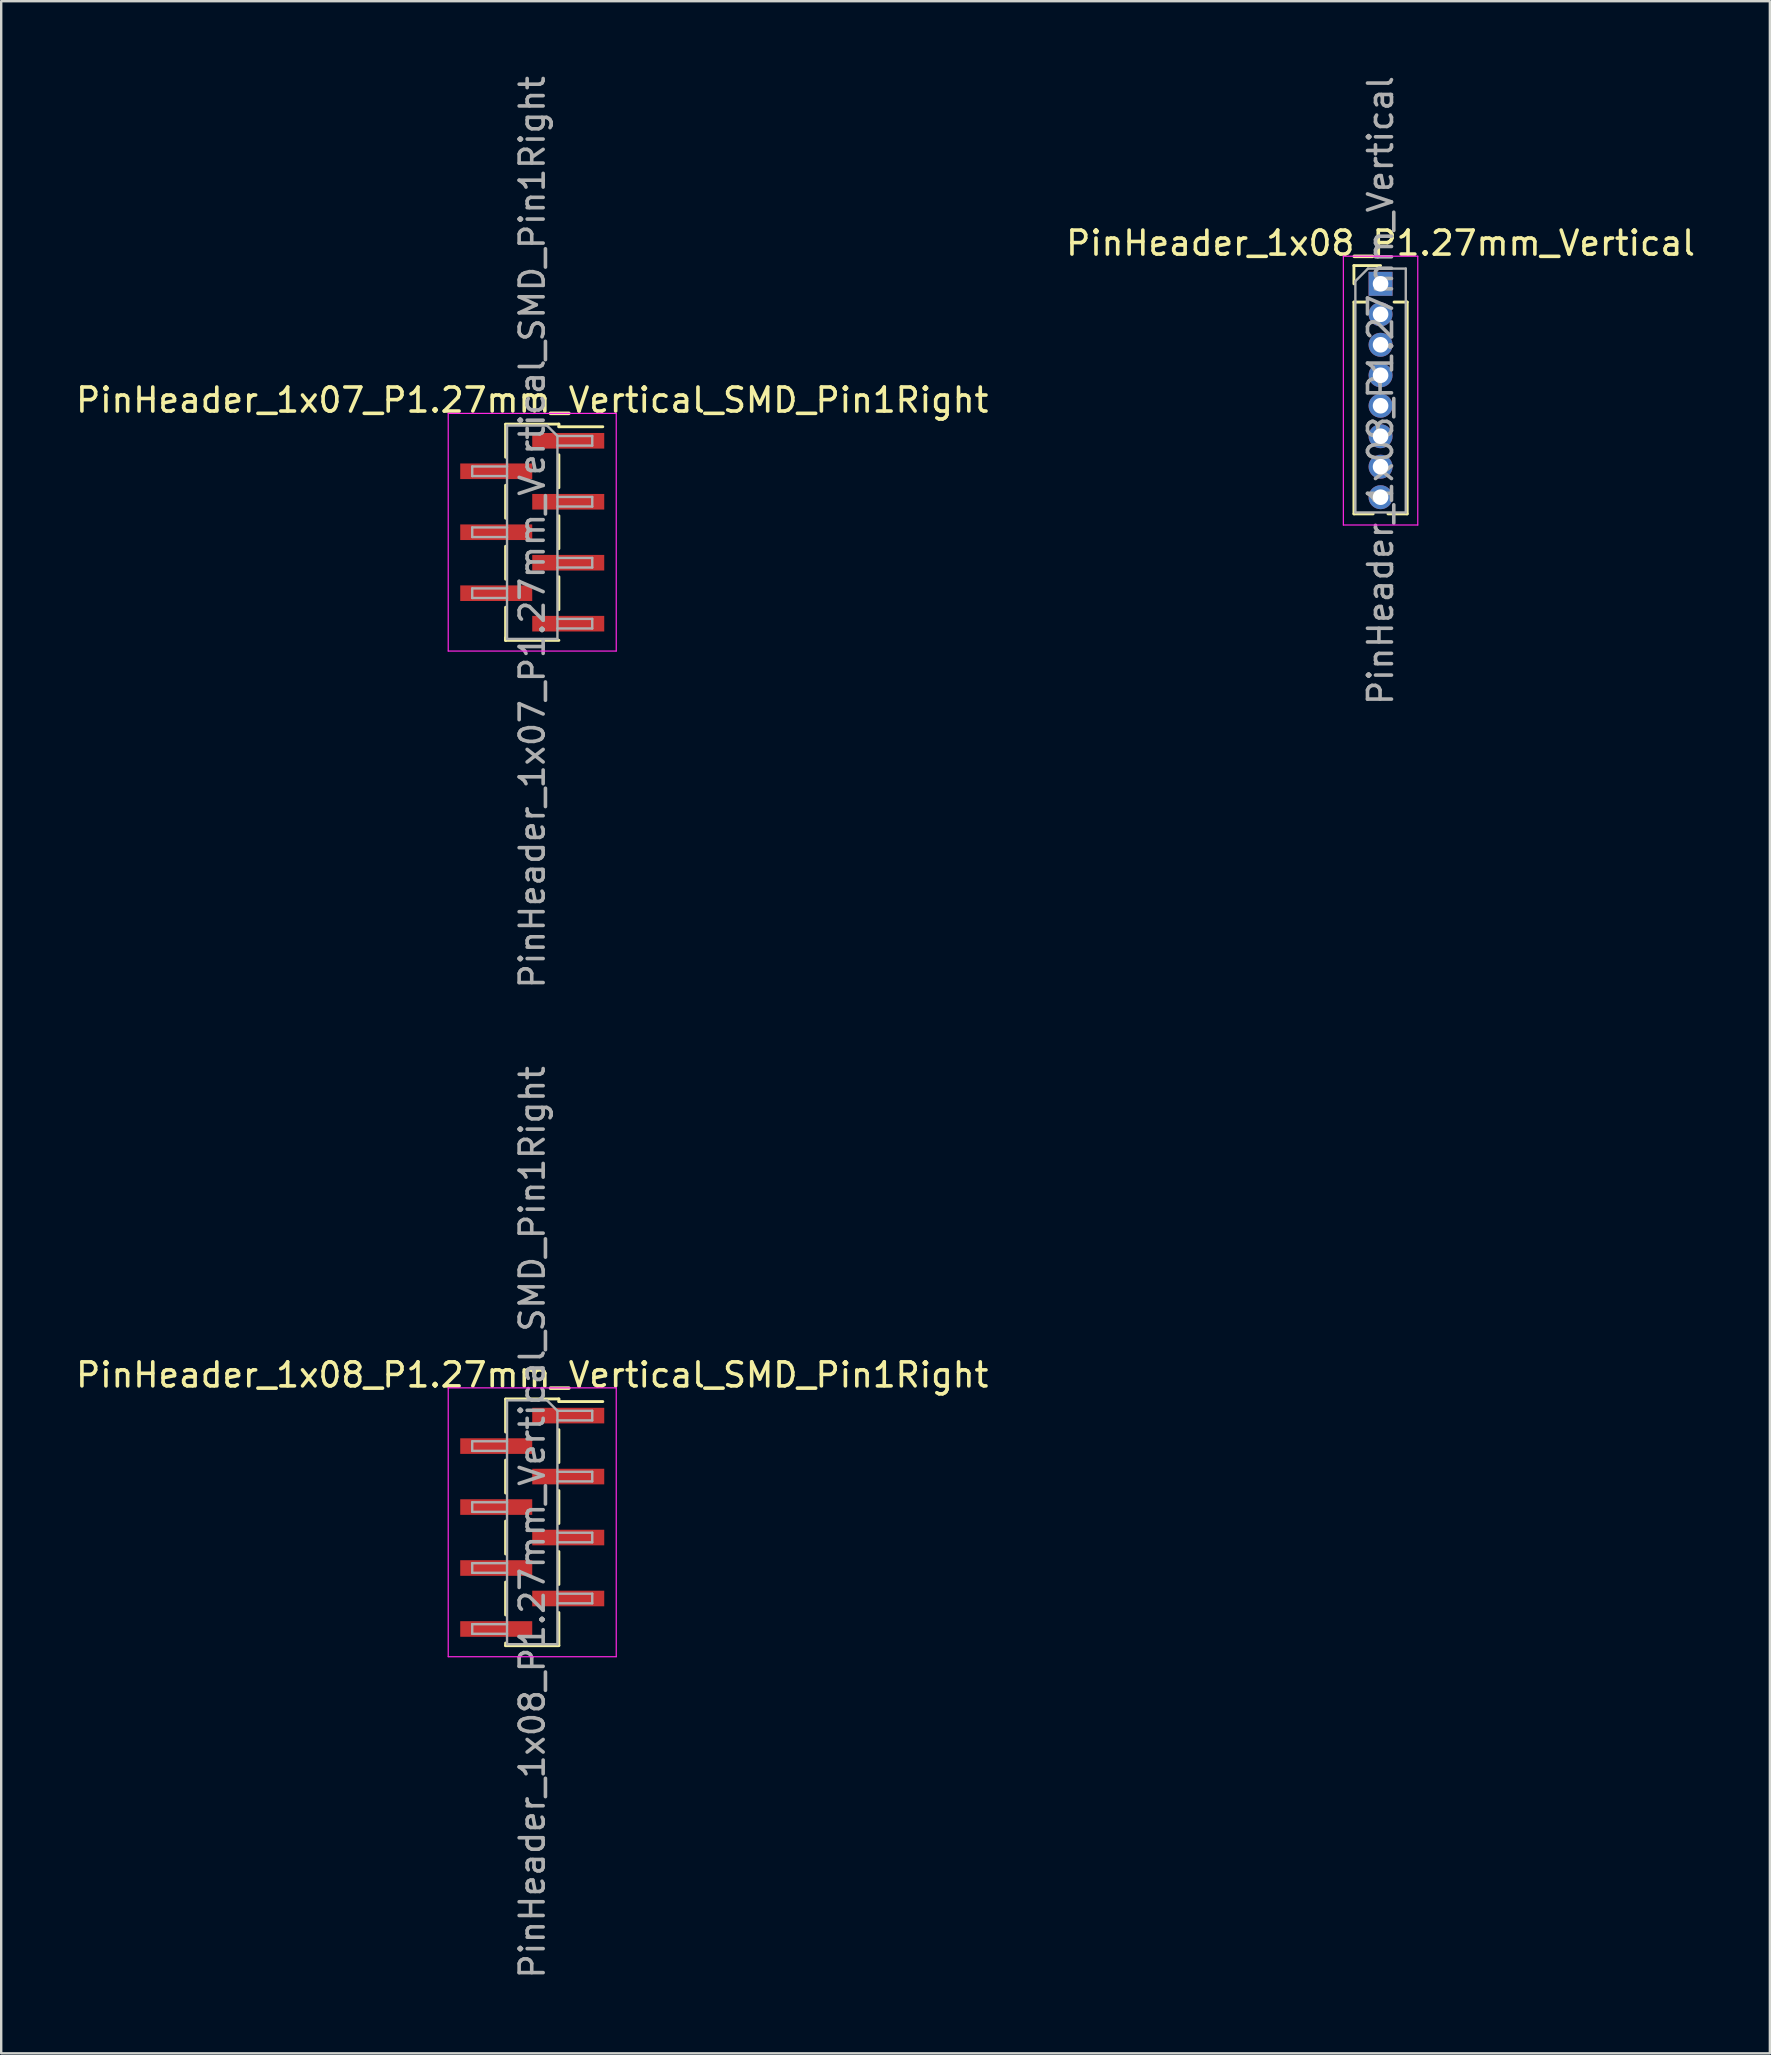
<source format=kicad_pcb>
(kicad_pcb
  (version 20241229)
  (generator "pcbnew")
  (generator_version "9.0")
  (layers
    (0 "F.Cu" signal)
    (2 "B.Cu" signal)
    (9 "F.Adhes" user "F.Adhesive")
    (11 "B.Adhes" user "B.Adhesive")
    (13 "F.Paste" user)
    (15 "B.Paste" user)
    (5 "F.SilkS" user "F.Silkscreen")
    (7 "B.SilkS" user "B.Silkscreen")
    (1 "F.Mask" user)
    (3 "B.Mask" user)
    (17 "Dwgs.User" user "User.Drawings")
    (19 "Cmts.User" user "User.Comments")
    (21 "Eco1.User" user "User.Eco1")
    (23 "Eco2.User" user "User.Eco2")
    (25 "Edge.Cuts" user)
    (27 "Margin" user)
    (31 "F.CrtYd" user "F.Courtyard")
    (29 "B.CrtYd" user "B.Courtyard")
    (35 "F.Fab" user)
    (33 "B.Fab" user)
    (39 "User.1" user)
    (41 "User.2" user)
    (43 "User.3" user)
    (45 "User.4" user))
  (footprint "PinHeader_1x08_P1.27mm_Vertical"
    (layer "F.Cu")
    (at 54.47 8.775)
    (property "Reference" "PinHeader_1x08_P1.27mm_Vertical" (at 0 -1.695 0) (layer "F.SilkS") (effects (font (size 1 1) (thickness 0.15))))
    (attr through_hole)
    (fp_line (start -1.11 -0.76) (end 0 -0.76) (stroke (width 0.12) (type solid)) (layer "F.SilkS"))
    (fp_line (start -1.11 0) (end -1.11 -0.76) (stroke (width 0.12) (type solid)) (layer "F.SilkS"))
    (fp_line (start -1.11 0.76) (end -1.11 9.585) (stroke (width 0.12) (type solid)) (layer "F.SilkS"))
    (fp_line (start -1.11 0.76) (end -0.563 0.76) (stroke (width 0.12) (type solid)) (layer "F.SilkS"))
    (fp_line (start -1.11 9.585) (end -0.308 9.585) (stroke (width 0.12) (type solid)) (layer "F.SilkS"))
    (fp_line (start 0.308 9.585) (end 1.11 9.585) (stroke (width 0.12) (type solid)) (layer "F.SilkS"))
    (fp_line (start 0.563 0.76) (end 1.11 0.76) (stroke (width 0.12) (type solid)) (layer "F.SilkS"))
    (fp_line (start 1.11 0.76) (end 1.11 9.585) (stroke (width 0.12) (type solid)) (layer "F.SilkS"))
    (fp_line (start -1.55 -1.15) (end -1.55 10.05) (stroke (width 0.05) (type solid)) (layer "F.CrtYd"))
    (fp_line (start -1.55 10.05) (end 1.55 10.05) (stroke (width 0.05) (type solid)) (layer "F.CrtYd"))
    (fp_line (start 1.55 -1.15) (end -1.55 -1.15) (stroke (width 0.05) (type solid)) (layer "F.CrtYd"))
    (fp_line (start 1.55 10.05) (end 1.55 -1.15) (stroke (width 0.05) (type solid)) (layer "F.CrtYd"))
    (fp_line (start -1.05 -0.11) (end -0.525 -0.635) (stroke (width 0.1) (type solid)) (layer "F.Fab"))
    (fp_line (start -1.05 9.525) (end -1.05 -0.11) (stroke (width 0.1) (type solid)) (layer "F.Fab"))
    (fp_line (start -0.525 -0.635) (end 1.05 -0.635) (stroke (width 0.1) (type solid)) (layer "F.Fab"))
    (fp_line (start 1.05 -0.635) (end 1.05 9.525) (stroke (width 0.1) (type solid)) (layer "F.Fab"))
    (fp_line (start 1.05 9.525) (end -1.05 9.525) (stroke (width 0.1) (type solid)) (layer "F.Fab"))
    (fp_text user "${REFERENCE}" (at 0 4.445 90) (layer "F.Fab") (effects (font (size 1 1) (thickness 0.15))))
    (pad "1" thru_hole rect (at 0 0) (size 1 1) (drill 0.65) (layers "*.Cu" "*.Mask"))
    (pad "2" thru_hole oval (at 0 1.27) (size 1 1) (drill 0.65) (layers "*.Cu" "*.Mask"))
    (pad "3" thru_hole oval (at 0 2.54) (size 1 1) (drill 0.65) (layers "*.Cu" "*.Mask"))
    (pad "4" thru_hole oval (at 0 3.81) (size 1 1) (drill 0.65) (layers "*.Cu" "*.Mask"))
    (pad "5" thru_hole oval (at 0 5.08) (size 1 1) (drill 0.65) (layers "*.Cu" "*.Mask"))
    (pad "6" thru_hole oval (at 0 6.35) (size 1 1) (drill 0.65) (layers "*.Cu" "*.Mask"))
    (pad "7" thru_hole oval (at 0 7.62) (size 1 1) (drill 0.65) (layers "*.Cu" "*.Mask"))
    (pad "8" thru_hole oval (at 0 8.89) (size 1 1) (drill 0.65) (layers "*.Cu" "*.Mask")))
  (footprint "PinHeader_1x08_P1.27mm_Vertical_SMD_Pin1Right"
    (layer "F.Cu")
    (at 19.125 60.375)
    (property "Reference" "PinHeader_1x08_P1.27mm_Vertical_SMD_Pin1Right" (at 0 -6.14 0) (layer "F.SilkS") (effects (font (size 1 1) (thickness 0.15))))
    (attr smd)
    (fp_line (start -1.11 -5.14) (end 1.11 -5.14) (stroke (width 0.12) (type solid)) (layer "F.SilkS"))
    (fp_line (start -1.11 -5.13) (end -1.11 -3.76) (stroke (width 0.12) (type solid)) (layer "F.SilkS"))
    (fp_line (start -1.11 -2.59) (end -1.11 -1.22) (stroke (width 0.12) (type solid)) (layer "F.SilkS"))
    (fp_line (start -1.11 -0.05) (end -1.11 1.32) (stroke (width 0.12) (type solid)) (layer "F.SilkS"))
    (fp_line (start -1.11 2.49) (end -1.11 3.86) (stroke (width 0.12) (type solid)) (layer "F.SilkS"))
    (fp_line (start -1.11 5.03) (end -1.11 5.14) (stroke (width 0.12) (type solid)) (layer "F.SilkS"))
    (fp_line (start -1.11 5.14) (end 1.11 5.14) (stroke (width 0.12) (type solid)) (layer "F.SilkS"))
    (fp_line (start 1.11 -5.14) (end 1.11 -5.03) (stroke (width 0.12) (type solid)) (layer "F.SilkS"))
    (fp_line (start 1.11 -5.03) (end 2.94 -5.03) (stroke (width 0.12) (type solid)) (layer "F.SilkS"))
    (fp_line (start 1.11 -3.86) (end 1.11 -2.49) (stroke (width 0.12) (type solid)) (layer "F.SilkS"))
    (fp_line (start 1.11 -1.32) (end 1.11 0.05) (stroke (width 0.12) (type solid)) (layer "F.SilkS"))
    (fp_line (start 1.11 1.22) (end 1.11 2.59) (stroke (width 0.12) (type solid)) (layer "F.SilkS"))
    (fp_line (start 1.11 3.76) (end 1.11 5.13) (stroke (width 0.12) (type solid)) (layer "F.SilkS"))
    (fp_line (start -3.5 -5.6) (end -3.5 5.6) (stroke (width 0.05) (type solid)) (layer "F.CrtYd"))
    (fp_line (start -3.5 5.6) (end 3.5 5.6) (stroke (width 0.05) (type solid)) (layer "F.CrtYd"))
    (fp_line (start 3.5 -5.6) (end -3.5 -5.6) (stroke (width 0.05) (type solid)) (layer "F.CrtYd"))
    (fp_line (start 3.5 5.6) (end 3.5 -5.6) (stroke (width 0.05) (type solid)) (layer "F.CrtYd"))
    (fp_line (start -2.5 -3.375) (end -2.5 -2.975) (stroke (width 0.1) (type solid)) (layer "F.Fab"))
    (fp_line (start -2.5 -2.975) (end -1.05 -2.975) (stroke (width 0.1) (type solid)) (layer "F.Fab"))
    (fp_line (start -2.5 -0.835) (end -2.5 -0.435) (stroke (width 0.1) (type solid)) (layer "F.Fab"))
    (fp_line (start -2.5 -0.435) (end -1.05 -0.435) (stroke (width 0.1) (type solid)) (layer "F.Fab"))
    (fp_line (start -2.5 1.705) (end -2.5 2.105) (stroke (width 0.1) (type solid)) (layer "F.Fab"))
    (fp_line (start -2.5 2.105) (end -1.05 2.105) (stroke (width 0.1) (type solid)) (layer "F.Fab"))
    (fp_line (start -2.5 4.245) (end -2.5 4.645) (stroke (width 0.1) (type solid)) (layer "F.Fab"))
    (fp_line (start -2.5 4.645) (end -1.05 4.645) (stroke (width 0.1) (type solid)) (layer "F.Fab"))
    (fp_line (start -1.05 -5.08) (end -1.05 5.08) (stroke (width 0.1) (type solid)) (layer "F.Fab"))
    (fp_line (start -1.05 -5.08) (end 0.615 -5.08) (stroke (width 0.1) (type solid)) (layer "F.Fab"))
    (fp_line (start -1.05 -3.375) (end -2.5 -3.375) (stroke (width 0.1) (type solid)) (layer "F.Fab"))
    (fp_line (start -1.05 -0.835) (end -2.5 -0.835) (stroke (width 0.1) (type solid)) (layer "F.Fab"))
    (fp_line (start -1.05 1.705) (end -2.5 1.705) (stroke (width 0.1) (type solid)) (layer "F.Fab"))
    (fp_line (start -1.05 4.245) (end -2.5 4.245) (stroke (width 0.1) (type solid)) (layer "F.Fab"))
    (fp_line (start 1.05 -4.645) (end 0.615 -5.08) (stroke (width 0.1) (type solid)) (layer "F.Fab"))
    (fp_line (start 1.05 -4.645) (end 2.5 -4.645) (stroke (width 0.1) (type solid)) (layer "F.Fab"))
    (fp_line (start 1.05 -2.105) (end 2.5 -2.105) (stroke (width 0.1) (type solid)) (layer "F.Fab"))
    (fp_line (start 1.05 0.435) (end 2.5 0.435) (stroke (width 0.1) (type solid)) (layer "F.Fab"))
    (fp_line (start 1.05 2.975) (end 2.5 2.975) (stroke (width 0.1) (type solid)) (layer "F.Fab"))
    (fp_line (start 1.05 5.08) (end -1.05 5.08) (stroke (width 0.1) (type solid)) (layer "F.Fab"))
    (fp_line (start 1.05 5.08) (end 1.05 -4.645) (stroke (width 0.1) (type solid)) (layer "F.Fab"))
    (fp_line (start 2.5 -4.645) (end 2.5 -4.245) (stroke (width 0.1) (type solid)) (layer "F.Fab"))
    (fp_line (start 2.5 -4.245) (end 1.05 -4.245) (stroke (width 0.1) (type solid)) (layer "F.Fab"))
    (fp_line (start 2.5 -2.105) (end 2.5 -1.705) (stroke (width 0.1) (type solid)) (layer "F.Fab"))
    (fp_line (start 2.5 -1.705) (end 1.05 -1.705) (stroke (width 0.1) (type solid)) (layer "F.Fab"))
    (fp_line (start 2.5 0.435) (end 2.5 0.835) (stroke (width 0.1) (type solid)) (layer "F.Fab"))
    (fp_line (start 2.5 0.835) (end 1.05 0.835) (stroke (width 0.1) (type solid)) (layer "F.Fab"))
    (fp_line (start 2.5 2.975) (end 2.5 3.375) (stroke (width 0.1) (type solid)) (layer "F.Fab"))
    (fp_line (start 2.5 3.375) (end 1.05 3.375) (stroke (width 0.1) (type solid)) (layer "F.Fab"))
    (fp_text user "${REFERENCE}" (at 0 0 90) (layer "F.Fab") (effects (font (size 1 1) (thickness 0.15))))
    (pad "1" smd rect (at 1.5 -4.445) (size 3 0.65) (layers "F.Cu" "F.Mask" "F.Paste"))
    (pad "2" smd rect (at -1.5 -3.175) (size 3 0.65) (layers "F.Cu" "F.Mask" "F.Paste"))
    (pad "3" smd rect (at 1.5 -1.905) (size 3 0.65) (layers "F.Cu" "F.Mask" "F.Paste"))
    (pad "4" smd rect (at -1.5 -0.635) (size 3 0.65) (layers "F.Cu" "F.Mask" "F.Paste"))
    (pad "5" smd rect (at 1.5 0.635) (size 3 0.65) (layers "F.Cu" "F.Mask" "F.Paste"))
    (pad "6" smd rect (at -1.5 1.905) (size 3 0.65) (layers "F.Cu" "F.Mask" "F.Paste"))
    (pad "7" smd rect (at 1.5 3.175) (size 3 0.65) (layers "F.Cu" "F.Mask" "F.Paste"))
    (pad "8" smd rect (at -1.5 4.445) (size 3 0.65) (layers "F.Cu" "F.Mask" "F.Paste")))
  (footprint "PinHeader_1x07_P1.27mm_Vertical_SMD_Pin1Right"
    (layer "F.Cu")
    (at 19.125 19.125)
    (property "Reference" "PinHeader_1x07_P1.27mm_Vertical_SMD_Pin1Right" (at 0 -5.505 0) (layer "F.SilkS") (effects (font (size 1 1) (thickness 0.15))))
    (attr smd)
    (fp_line (start -1.11 -4.505) (end 1.11 -4.505) (stroke (width 0.12) (type solid)) (layer "F.SilkS"))
    (fp_line (start -1.11 -4.495) (end -1.11 -3.125) (stroke (width 0.12) (type solid)) (layer "F.SilkS"))
    (fp_line (start -1.11 -1.955) (end -1.11 -0.585) (stroke (width 0.12) (type solid)) (layer "F.SilkS"))
    (fp_line (start -1.11 0.585) (end -1.11 1.955) (stroke (width 0.12) (type solid)) (layer "F.SilkS"))
    (fp_line (start -1.11 3.125) (end -1.11 4.495) (stroke (width 0.12) (type solid)) (layer "F.SilkS"))
    (fp_line (start -1.11 4.395) (end -1.11 4.505) (stroke (width 0.12) (type solid)) (layer "F.SilkS"))
    (fp_line (start -1.11 4.505) (end 1.11 4.505) (stroke (width 0.12) (type solid)) (layer "F.SilkS"))
    (fp_line (start 1.11 -4.505) (end 1.11 -4.395) (stroke (width 0.12) (type solid)) (layer "F.SilkS"))
    (fp_line (start 1.11 -4.395) (end 2.94 -4.395) (stroke (width 0.12) (type solid)) (layer "F.SilkS"))
    (fp_line (start 1.11 -3.225) (end 1.11 -1.855) (stroke (width 0.12) (type solid)) (layer "F.SilkS"))
    (fp_line (start 1.11 -0.685) (end 1.11 0.685) (stroke (width 0.12) (type solid)) (layer "F.SilkS"))
    (fp_line (start 1.11 1.855) (end 1.11 3.225) (stroke (width 0.12) (type solid)) (layer "F.SilkS"))
    (fp_line (start -3.5 -4.95) (end -3.5 4.95) (stroke (width 0.05) (type solid)) (layer "F.CrtYd"))
    (fp_line (start -3.5 4.95) (end 3.5 4.95) (stroke (width 0.05) (type solid)) (layer "F.CrtYd"))
    (fp_line (start 3.5 -4.95) (end -3.5 -4.95) (stroke (width 0.05) (type solid)) (layer "F.CrtYd"))
    (fp_line (start 3.5 4.95) (end 3.5 -4.95) (stroke (width 0.05) (type solid)) (layer "F.CrtYd"))
    (fp_line (start -2.5 -2.74) (end -2.5 -2.34) (stroke (width 0.1) (type solid)) (layer "F.Fab"))
    (fp_line (start -2.5 -2.34) (end -1.05 -2.34) (stroke (width 0.1) (type solid)) (layer "F.Fab"))
    (fp_line (start -2.5 -0.2) (end -2.5 0.2) (stroke (width 0.1) (type solid)) (layer "F.Fab"))
    (fp_line (start -2.5 0.2) (end -1.05 0.2) (stroke (width 0.1) (type solid)) (layer "F.Fab"))
    (fp_line (start -2.5 2.34) (end -2.5 2.74) (stroke (width 0.1) (type solid)) (layer "F.Fab"))
    (fp_line (start -2.5 2.74) (end -1.05 2.74) (stroke (width 0.1) (type solid)) (layer "F.Fab"))
    (fp_line (start -1.05 -4.445) (end -1.05 4.445) (stroke (width 0.1) (type solid)) (layer "F.Fab"))
    (fp_line (start -1.05 -4.445) (end 0.615 -4.445) (stroke (width 0.1) (type solid)) (layer "F.Fab"))
    (fp_line (start -1.05 -2.74) (end -2.5 -2.74) (stroke (width 0.1) (type solid)) (layer "F.Fab"))
    (fp_line (start -1.05 -0.2) (end -2.5 -0.2) (stroke (width 0.1) (type solid)) (layer "F.Fab"))
    (fp_line (start -1.05 2.34) (end -2.5 2.34) (stroke (width 0.1) (type solid)) (layer "F.Fab"))
    (fp_line (start 1.05 -4.01) (end 0.615 -4.445) (stroke (width 0.1) (type solid)) (layer "F.Fab"))
    (fp_line (start 1.05 -4.01) (end 2.5 -4.01) (stroke (width 0.1) (type solid)) (layer "F.Fab"))
    (fp_line (start 1.05 -1.47) (end 2.5 -1.47) (stroke (width 0.1) (type solid)) (layer "F.Fab"))
    (fp_line (start 1.05 1.07) (end 2.5 1.07) (stroke (width 0.1) (type solid)) (layer "F.Fab"))
    (fp_line (start 1.05 3.61) (end 2.5 3.61) (stroke (width 0.1) (type solid)) (layer "F.Fab"))
    (fp_line (start 1.05 4.445) (end -1.05 4.445) (stroke (width 0.1) (type solid)) (layer "F.Fab"))
    (fp_line (start 1.05 4.445) (end 1.05 -4.01) (stroke (width 0.1) (type solid)) (layer "F.Fab"))
    (fp_line (start 2.5 -4.01) (end 2.5 -3.61) (stroke (width 0.1) (type solid)) (layer "F.Fab"))
    (fp_line (start 2.5 -3.61) (end 1.05 -3.61) (stroke (width 0.1) (type solid)) (layer "F.Fab"))
    (fp_line (start 2.5 -1.47) (end 2.5 -1.07) (stroke (width 0.1) (type solid)) (layer "F.Fab"))
    (fp_line (start 2.5 -1.07) (end 1.05 -1.07) (stroke (width 0.1) (type solid)) (layer "F.Fab"))
    (fp_line (start 2.5 1.07) (end 2.5 1.47) (stroke (width 0.1) (type solid)) (layer "F.Fab"))
    (fp_line (start 2.5 1.47) (end 1.05 1.47) (stroke (width 0.1) (type solid)) (layer "F.Fab"))
    (fp_line (start 2.5 3.61) (end 2.5 4.01) (stroke (width 0.1) (type solid)) (layer "F.Fab"))
    (fp_line (start 2.5 4.01) (end 1.05 4.01) (stroke (width 0.1) (type solid)) (layer "F.Fab"))
    (fp_text user "${REFERENCE}" (at 0 0 90) (layer "F.Fab") (effects (font (size 1 1) (thickness 0.15))))
    (pad "1" smd rect (at 1.5 -3.81) (size 3 0.65) (layers "F.Cu" "F.Mask" "F.Paste"))
    (pad "2" smd rect (at -1.5 -2.54) (size 3 0.65) (layers "F.Cu" "F.Mask" "F.Paste"))
    (pad "3" smd rect (at 1.5 -1.27) (size 3 0.65) (layers "F.Cu" "F.Mask" "F.Paste"))
    (pad "4" smd rect (at -1.5 0) (size 3 0.65) (layers "F.Cu" "F.Mask" "F.Paste"))
    (pad "5" smd rect (at 1.5 1.27) (size 3 0.65) (layers "F.Cu" "F.Mask" "F.Paste"))
    (pad "6" smd rect (at -1.5 2.54) (size 3 0.65) (layers "F.Cu" "F.Mask" "F.Paste"))
    (pad "7" smd rect (at 1.5 3.81) (size 3 0.65) (layers "F.Cu" "F.Mask" "F.Paste")))
  (gr_rect
    (start -3 -3)
    (end 70.69 82.5)
    (stroke (width 0.1) (type default))
    (fill no)
    (layer "Edge.Cuts")))
</source>
